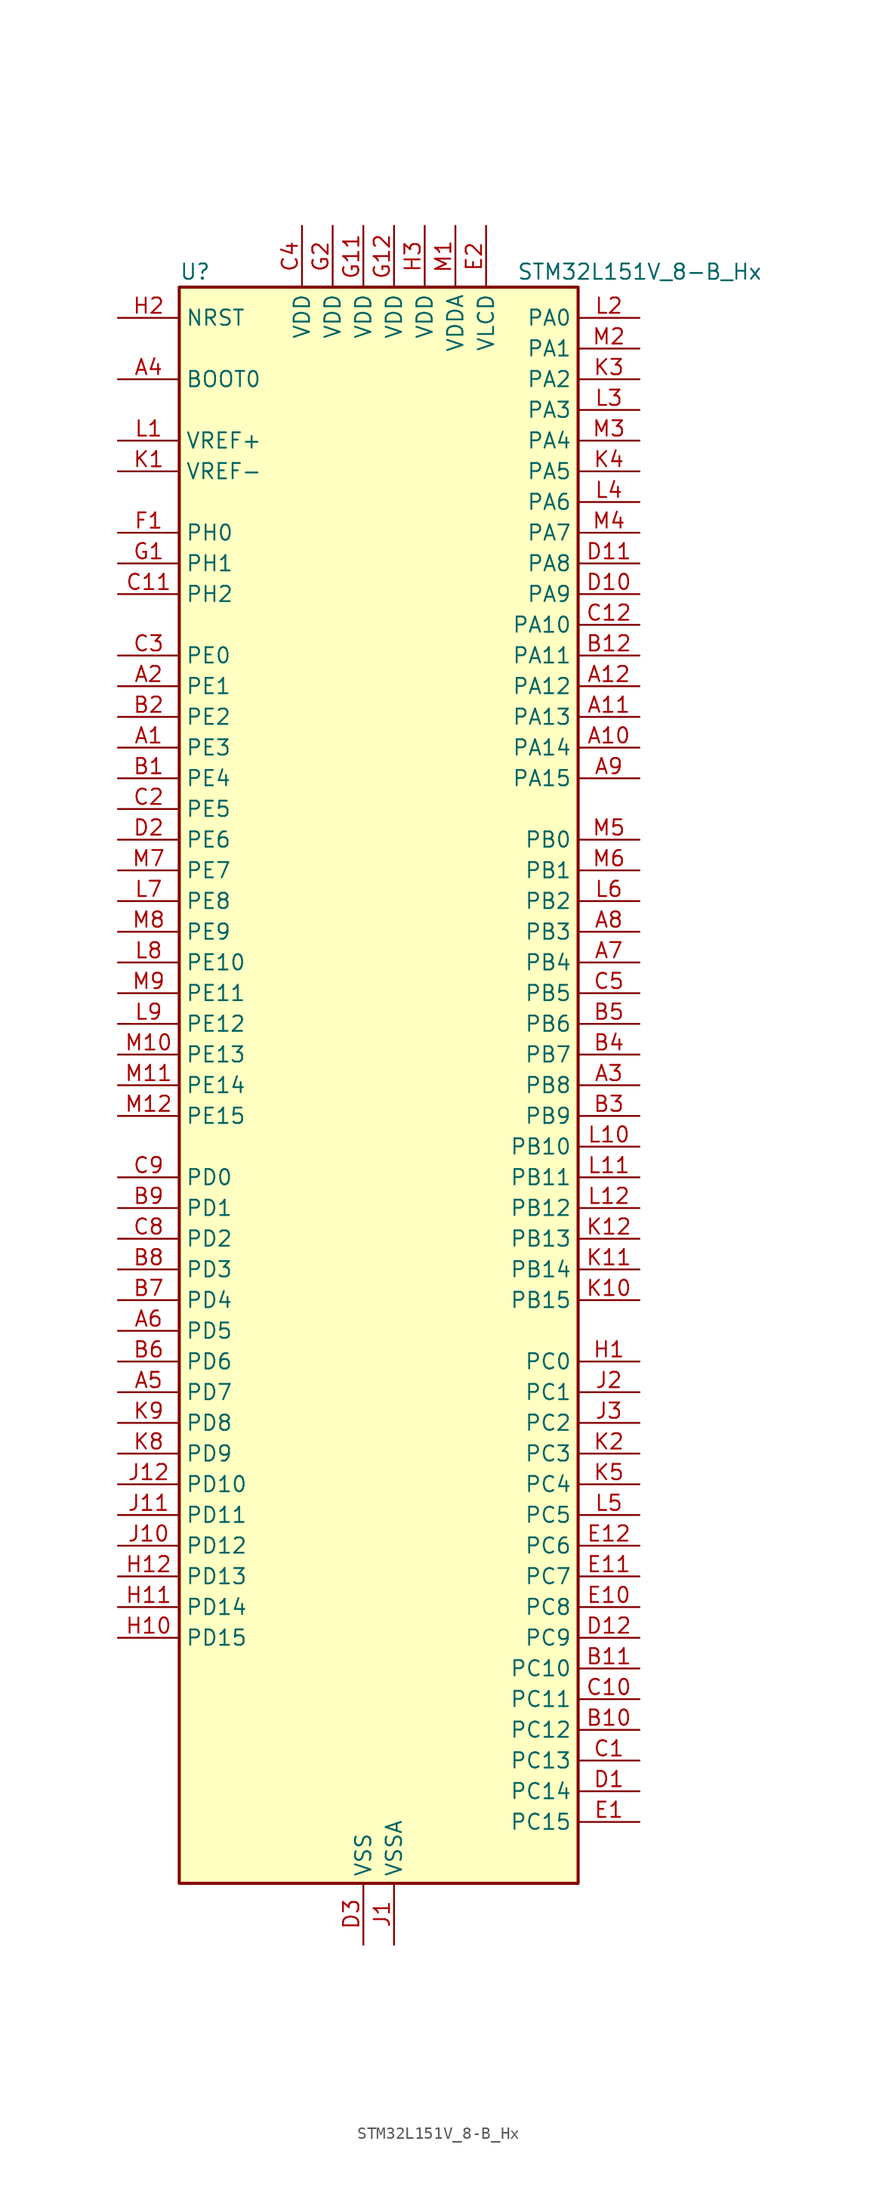
<source format=kicad_sym>
(kicad_symbol_lib
  (version 20220914)
  (generator kicad_symbol_editor)
  (symbol "STM32L151V_8-B_Hx"
    (property "Reference" "U"
      (at -15.24 67.31 0)
      (effects (font (size 1.27 1.27)) (justify left)))
    (property "Value" "STM32L151V_8-B_Hx"
      (at 12.7 67.31 0)
      (effects (font (size 1.27 1.27)) (justify left)))
    (property "ki_locked" ""
      (at 0 0 0)
      (effects (font (size 1.27 1.27))))
    (symbol "STM32L151V_8-B_Hx_0_1"
      (rectangle (start -15.24 -66.04) (end 17.78 66.04) (stroke (width 0.254) (type default)) (fill (type background))))
    (symbol "STM32L151V_8-B_Hx_1_1"
      (pin bidirectional line (at -20.32 27.94 0) (length 5.08) (name "PE3" (effects (font (size 1.27 1.27)))) (number "A1" (effects (font (size 1.27 1.27)))) (alternate "SYS_TRACED0" bidirectional line) (alternate "TIM3_CH1" bidirectional line) (alternate "TIMX_IC4" bidirectional line))
      (pin bidirectional line (at 22.86 27.94 180) (length 5.08) (name "PA14" (effects (font (size 1.27 1.27)))) (number "A10" (effects (font (size 1.27 1.27)))) (alternate "SYS_JTCK-SWCLK" bidirectional line) (alternate "TIMX_IC3" bidirectional line) (alternate "TS_G5_IO2" bidirectional line))
      (pin bidirectional line (at 22.86 30.48 180) (length 5.08) (name "PA13" (effects (font (size 1.27 1.27)))) (number "A11" (effects (font (size 1.27 1.27)))) (alternate "SYS_JTMS-SWDIO" bidirectional line) (alternate "TIMX_IC2" bidirectional line) (alternate "TS_G5_IO1" bidirectional line))
      (pin bidirectional line (at 22.86 33.02 180) (length 5.08) (name "PA12" (effects (font (size 1.27 1.27)))) (number "A12" (effects (font (size 1.27 1.27)))) (alternate "SPI1_MOSI" bidirectional line) (alternate "TIMX_IC1" bidirectional line) (alternate "USART1_RTS" bidirectional line) (alternate "USB_DP" bidirectional line))
      (pin bidirectional line (at -20.32 33.02 0) (length 5.08) (name "PE1" (effects (font (size 1.27 1.27)))) (number "A2" (effects (font (size 1.27 1.27)))) (alternate "TIM11_CH1" bidirectional line) (alternate "TIMX_IC2" bidirectional line))
      (pin bidirectional line (at 22.86 0 180) (length 5.08) (name "PB8" (effects (font (size 1.27 1.27)))) (number "A3" (effects (font (size 1.27 1.27)))) (alternate "I2C1_SCL" bidirectional line) (alternate "TIM10_CH1" bidirectional line) (alternate "TIM4_CH3" bidirectional line))
      (pin input line (at -20.32 58.42 0) (length 5.08) (name "BOOT0" (effects (font (size 1.27 1.27)))) (number "A4" (effects (font (size 1.27 1.27)))))
      (pin bidirectional line (at -20.32 -25.4 0) (length 5.08) (name "PD7" (effects (font (size 1.27 1.27)))) (number "A5" (effects (font (size 1.27 1.27)))) (alternate "TIM9_CH2" bidirectional line) (alternate "TIMX_IC4" bidirectional line) (alternate "USART2_CK" bidirectional line))
      (pin bidirectional line (at -20.32 -20.32 0) (length 5.08) (name "PD5" (effects (font (size 1.27 1.27)))) (number "A6" (effects (font (size 1.27 1.27)))) (alternate "TIMX_IC2" bidirectional line) (alternate "USART2_TX" bidirectional line))
      (pin bidirectional line (at 22.86 10.16 180) (length 5.08) (name "PB4" (effects (font (size 1.27 1.27)))) (number "A7" (effects (font (size 1.27 1.27)))) (alternate "COMP2_INP" bidirectional line) (alternate "SPI1_MISO" bidirectional line) (alternate "SYS_JTRST" bidirectional line) (alternate "TIM3_CH1" bidirectional line) (alternate "TS_G6_IO1" bidirectional line))
      (pin bidirectional line (at 22.86 12.7 180) (length 5.08) (name "PB3" (effects (font (size 1.27 1.27)))) (number "A8" (effects (font (size 1.27 1.27)))) (alternate "COMP2_INM" bidirectional line) (alternate "SPI1_SCK" bidirectional line) (alternate "SYS_JTDO-TRACESWO" bidirectional line) (alternate "TIM2_CH2" bidirectional line))
      (pin bidirectional line (at 22.86 25.4 180) (length 5.08) (name "PA15" (effects (font (size 1.27 1.27)))) (number "A9" (effects (font (size 1.27 1.27)))) (alternate "ADC_EXTI15" bidirectional line) (alternate "SPI1_NSS" bidirectional line) (alternate "SYS_JTDI" bidirectional line) (alternate "TIM2_CH1" bidirectional line) (alternate "TIM2_ETR" bidirectional line) (alternate "TIMX_IC4" bidirectional line) (alternate "TS_G5_IO3" bidirectional line))
      (pin bidirectional line (at -20.32 25.4 0) (length 5.08) (name "PE4" (effects (font (size 1.27 1.27)))) (number "B1" (effects (font (size 1.27 1.27)))) (alternate "SYS_TRACED1" bidirectional line) (alternate "TIM3_CH2" bidirectional line) (alternate "TIMX_IC1" bidirectional line))
      (pin bidirectional line (at 22.86 -53.34 180) (length 5.08) (name "PC12" (effects (font (size 1.27 1.27)))) (number "B10" (effects (font (size 1.27 1.27)))) (alternate "TIMX_IC1" bidirectional line) (alternate "USART3_CK" bidirectional line))
      (pin bidirectional line (at 22.86 -48.26 180) (length 5.08) (name "PC10" (effects (font (size 1.27 1.27)))) (number "B11" (effects (font (size 1.27 1.27)))) (alternate "TIMX_IC3" bidirectional line) (alternate "USART3_TX" bidirectional line))
      (pin bidirectional line (at 22.86 35.56 180) (length 5.08) (name "PA11" (effects (font (size 1.27 1.27)))) (number "B12" (effects (font (size 1.27 1.27)))) (alternate "ADC_EXTI11" bidirectional line) (alternate "SPI1_MISO" bidirectional line) (alternate "TIMX_IC4" bidirectional line) (alternate "USART1_CTS" bidirectional line) (alternate "USB_DM" bidirectional line))
      (pin bidirectional line (at -20.32 30.48 0) (length 5.08) (name "PE2" (effects (font (size 1.27 1.27)))) (number "B2" (effects (font (size 1.27 1.27)))) (alternate "SYS_TRACECK" bidirectional line) (alternate "TIM3_ETR" bidirectional line) (alternate "TIMX_IC3" bidirectional line))
      (pin bidirectional line (at 22.86 -2.54 180) (length 5.08) (name "PB9" (effects (font (size 1.27 1.27)))) (number "B3" (effects (font (size 1.27 1.27)))) (alternate "DAC_EXTI9" bidirectional line) (alternate "I2C1_SDA" bidirectional line) (alternate "TIM11_CH1" bidirectional line) (alternate "TIM4_CH4" bidirectional line))
      (pin bidirectional line (at 22.86 2.54 180) (length 5.08) (name "PB7" (effects (font (size 1.27 1.27)))) (number "B4" (effects (font (size 1.27 1.27)))) (alternate "I2C1_SDA" bidirectional line) (alternate "SYS_PVD_IN" bidirectional line) (alternate "TIM4_CH2" bidirectional line) (alternate "USART1_RX" bidirectional line))
      (pin bidirectional line (at 22.86 5.08 180) (length 5.08) (name "PB6" (effects (font (size 1.27 1.27)))) (number "B5" (effects (font (size 1.27 1.27)))) (alternate "I2C1_SCL" bidirectional line) (alternate "TIM4_CH1" bidirectional line) (alternate "USART1_TX" bidirectional line))
      (pin bidirectional line (at -20.32 -22.86 0) (length 5.08) (name "PD6" (effects (font (size 1.27 1.27)))) (number "B6" (effects (font (size 1.27 1.27)))) (alternate "TIMX_IC3" bidirectional line) (alternate "USART2_RX" bidirectional line))
      (pin bidirectional line (at -20.32 -17.78 0) (length 5.08) (name "PD4" (effects (font (size 1.27 1.27)))) (number "B7" (effects (font (size 1.27 1.27)))) (alternate "SPI2_MOSI" bidirectional line) (alternate "TIMX_IC1" bidirectional line) (alternate "USART2_RTS" bidirectional line))
      (pin bidirectional line (at -20.32 -15.24 0) (length 5.08) (name "PD3" (effects (font (size 1.27 1.27)))) (number "B8" (effects (font (size 1.27 1.27)))) (alternate "SPI2_MISO" bidirectional line) (alternate "TIMX_IC4" bidirectional line) (alternate "USART2_CTS" bidirectional line))
      (pin bidirectional line (at -20.32 -10.16 0) (length 5.08) (name "PD1" (effects (font (size 1.27 1.27)))) (number "B9" (effects (font (size 1.27 1.27)))) (alternate "SPI2_SCK" bidirectional line) (alternate "TIMX_IC2" bidirectional line))
      (pin bidirectional line (at 22.86 -55.88 180) (length 5.08) (name "PC13" (effects (font (size 1.27 1.27)))) (number "C1" (effects (font (size 1.27 1.27)))) (alternate "RTC_OUT_ALARM" bidirectional line) (alternate "RTC_OUT_CALIB" bidirectional line) (alternate "RTC_TAMP1" bidirectional line) (alternate "RTC_TS" bidirectional line) (alternate "SYS_WKUP2" bidirectional line) (alternate "TIMX_IC2" bidirectional line))
      (pin bidirectional line (at 22.86 -50.8 180) (length 5.08) (name "PC11" (effects (font (size 1.27 1.27)))) (number "C10" (effects (font (size 1.27 1.27)))) (alternate "ADC_EXTI11" bidirectional line) (alternate "TIMX_IC4" bidirectional line) (alternate "USART3_RX" bidirectional line))
      (pin bidirectional line (at -20.32 40.64 0) (length 5.08) (name "PH2" (effects (font (size 1.27 1.27)))) (number "C11" (effects (font (size 1.27 1.27)))))
      (pin bidirectional line (at 22.86 38.1 180) (length 5.08) (name "PA10" (effects (font (size 1.27 1.27)))) (number "C12" (effects (font (size 1.27 1.27)))) (alternate "TIMX_IC3" bidirectional line) (alternate "TS_G4_IO3" bidirectional line) (alternate "USART1_RX" bidirectional line))
      (pin bidirectional line (at -20.32 22.86 0) (length 5.08) (name "PE5" (effects (font (size 1.27 1.27)))) (number "C2" (effects (font (size 1.27 1.27)))) (alternate "SYS_TRACED2" bidirectional line) (alternate "TIM9_CH1" bidirectional line) (alternate "TIMX_IC2" bidirectional line))
      (pin bidirectional line (at -20.32 35.56 0) (length 5.08) (name "PE0" (effects (font (size 1.27 1.27)))) (number "C3" (effects (font (size 1.27 1.27)))) (alternate "TIM10_CH1" bidirectional line) (alternate "TIM4_ETR" bidirectional line) (alternate "TIMX_IC1" bidirectional line))
      (pin power_in line (at -5.08 71.12 270) (length 5.08) (name "VDD" (effects (font (size 1.27 1.27)))) (number "C4" (effects (font (size 1.27 1.27)))))
      (pin bidirectional line (at 22.86 7.62 180) (length 5.08) (name "PB5" (effects (font (size 1.27 1.27)))) (number "C5" (effects (font (size 1.27 1.27)))) (alternate "COMP2_INP" bidirectional line) (alternate "I2C1_SMBA" bidirectional line) (alternate "SPI1_MOSI" bidirectional line) (alternate "TIM3_CH2" bidirectional line) (alternate "TS_G6_IO2" bidirectional line))
      (pin bidirectional line (at -20.32 -12.7 0) (length 5.08) (name "PD2" (effects (font (size 1.27 1.27)))) (number "C8" (effects (font (size 1.27 1.27)))) (alternate "TIM3_ETR" bidirectional line) (alternate "TIMX_IC3" bidirectional line))
      (pin bidirectional line (at -20.32 -7.62 0) (length 5.08) (name "PD0" (effects (font (size 1.27 1.27)))) (number "C9" (effects (font (size 1.27 1.27)))) (alternate "SPI2_NSS" bidirectional line) (alternate "TIM9_CH1" bidirectional line) (alternate "TIMX_IC1" bidirectional line))
      (pin bidirectional line (at 22.86 -58.42 180) (length 5.08) (name "PC14" (effects (font (size 1.27 1.27)))) (number "D1" (effects (font (size 1.27 1.27)))) (alternate "RCC_OSC32_IN" bidirectional line) (alternate "TIMX_IC3" bidirectional line))
      (pin bidirectional line (at 22.86 40.64 180) (length 5.08) (name "PA9" (effects (font (size 1.27 1.27)))) (number "D10" (effects (font (size 1.27 1.27)))) (alternate "DAC_EXTI9" bidirectional line) (alternate "TIMX_IC2" bidirectional line) (alternate "TS_G4_IO2" bidirectional line) (alternate "USART1_TX" bidirectional line))
      (pin bidirectional line (at 22.86 43.18 180) (length 5.08) (name "PA8" (effects (font (size 1.27 1.27)))) (number "D11" (effects (font (size 1.27 1.27)))) (alternate "RCC_MCO" bidirectional line) (alternate "TIMX_IC1" bidirectional line) (alternate "TS_G4_IO1" bidirectional line) (alternate "USART1_CK" bidirectional line))
      (pin bidirectional line (at 22.86 -45.72 180) (length 5.08) (name "PC9" (effects (font (size 1.27 1.27)))) (number "D12" (effects (font (size 1.27 1.27)))) (alternate "DAC_EXTI9" bidirectional line) (alternate "TIM3_CH4" bidirectional line) (alternate "TIMX_IC2" bidirectional line) (alternate "TS_G10_IO4" bidirectional line))
      (pin bidirectional line (at -20.32 20.32 0) (length 5.08) (name "PE6" (effects (font (size 1.27 1.27)))) (number "D2" (effects (font (size 1.27 1.27)))) (alternate "SYS_TRACED3" bidirectional line) (alternate "SYS_WKUP3" bidirectional line) (alternate "TIM9_CH2" bidirectional line) (alternate "TIMX_IC3" bidirectional line))
      (pin power_in line (at 0 -71.12 90) (length 5.08) (name "VSS" (effects (font (size 1.27 1.27)))) (number "D3" (effects (font (size 1.27 1.27)))))
      (pin bidirectional line (at 22.86 -60.96 180) (length 5.08) (name "PC15" (effects (font (size 1.27 1.27)))) (number "E1" (effects (font (size 1.27 1.27)))) (alternate "ADC_EXTI15" bidirectional line) (alternate "RCC_OSC32_OUT" bidirectional line) (alternate "TIMX_IC4" bidirectional line))
      (pin bidirectional line (at 22.86 -43.18 180) (length 5.08) (name "PC8" (effects (font (size 1.27 1.27)))) (number "E10" (effects (font (size 1.27 1.27)))) (alternate "TIM3_CH3" bidirectional line) (alternate "TIMX_IC1" bidirectional line) (alternate "TS_G10_IO3" bidirectional line))
      (pin bidirectional line (at 22.86 -40.64 180) (length 5.08) (name "PC7" (effects (font (size 1.27 1.27)))) (number "E11" (effects (font (size 1.27 1.27)))) (alternate "TIM3_CH2" bidirectional line) (alternate "TIMX_IC4" bidirectional line) (alternate "TS_G10_IO2" bidirectional line))
      (pin bidirectional line (at 22.86 -38.1 180) (length 5.08) (name "PC6" (effects (font (size 1.27 1.27)))) (number "E12" (effects (font (size 1.27 1.27)))) (alternate "TIM3_CH1" bidirectional line) (alternate "TIMX_IC3" bidirectional line) (alternate "TS_G10_IO1" bidirectional line))
      (pin power_in line (at 10.16 71.12 270) (length 5.08) (name "VLCD" (effects (font (size 1.27 1.27)))) (number "E2" (effects (font (size 1.27 1.27)))))
      (pin passive line (at 0 -71.12 90) (length 5.08) hide (name "VSS" (effects (font (size 1.27 1.27)))) (number "E3" (effects (font (size 1.27 1.27)))))
      (pin bidirectional line (at -20.32 45.72 0) (length 5.08) (name "PH0" (effects (font (size 1.27 1.27)))) (number "F1" (effects (font (size 1.27 1.27)))) (alternate "RCC_OSC_IN" bidirectional line))
      (pin passive line (at 0 -71.12 90) (length 5.08) hide (name "VSS" (effects (font (size 1.27 1.27)))) (number "F11" (effects (font (size 1.27 1.27)))))
      (pin passive line (at 0 -71.12 90) (length 5.08) hide (name "VSS" (effects (font (size 1.27 1.27)))) (number "F12" (effects (font (size 1.27 1.27)))))
      (pin passive line (at 0 -71.12 90) (length 5.08) hide (name "VSS" (effects (font (size 1.27 1.27)))) (number "F2" (effects (font (size 1.27 1.27)))))
      (pin bidirectional line (at -20.32 43.18 0) (length 5.08) (name "PH1" (effects (font (size 1.27 1.27)))) (number "G1" (effects (font (size 1.27 1.27)))) (alternate "RCC_OSC_OUT" bidirectional line))
      (pin power_in line (at 0 71.12 270) (length 5.08) (name "VDD" (effects (font (size 1.27 1.27)))) (number "G11" (effects (font (size 1.27 1.27)))))
      (pin power_in line (at 2.54 71.12 270) (length 5.08) (name "VDD" (effects (font (size 1.27 1.27)))) (number "G12" (effects (font (size 1.27 1.27)))))
      (pin power_in line (at -2.54 71.12 270) (length 5.08) (name "VDD" (effects (font (size 1.27 1.27)))) (number "G2" (effects (font (size 1.27 1.27)))))
      (pin bidirectional line (at 22.86 -22.86 180) (length 5.08) (name "PC0" (effects (font (size 1.27 1.27)))) (number "H1" (effects (font (size 1.27 1.27)))) (alternate "ADC_IN10" bidirectional line) (alternate "COMP1_INP" bidirectional line) (alternate "TIMX_IC1" bidirectional line) (alternate "TS_G8_IO1" bidirectional line))
      (pin bidirectional line (at -20.32 -45.72 0) (length 5.08) (name "PD15" (effects (font (size 1.27 1.27)))) (number "H10" (effects (font (size 1.27 1.27)))) (alternate "ADC_EXTI15" bidirectional line) (alternate "TIM4_CH4" bidirectional line) (alternate "TIMX_IC4" bidirectional line))
      (pin bidirectional line (at -20.32 -43.18 0) (length 5.08) (name "PD14" (effects (font (size 1.27 1.27)))) (number "H11" (effects (font (size 1.27 1.27)))) (alternate "TIM4_CH3" bidirectional line) (alternate "TIMX_IC3" bidirectional line))
      (pin bidirectional line (at -20.32 -40.64 0) (length 5.08) (name "PD13" (effects (font (size 1.27 1.27)))) (number "H12" (effects (font (size 1.27 1.27)))) (alternate "TIM4_CH2" bidirectional line) (alternate "TIMX_IC2" bidirectional line))
      (pin input line (at -20.32 63.5 0) (length 5.08) (name "NRST" (effects (font (size 1.27 1.27)))) (number "H2" (effects (font (size 1.27 1.27)))))
      (pin power_in line (at 5.08 71.12 270) (length 5.08) (name "VDD" (effects (font (size 1.27 1.27)))) (number "H3" (effects (font (size 1.27 1.27)))))
      (pin power_in line (at 2.54 -71.12 90) (length 5.08) (name "VSSA" (effects (font (size 1.27 1.27)))) (number "J1" (effects (font (size 1.27 1.27)))))
      (pin bidirectional line (at -20.32 -38.1 0) (length 5.08) (name "PD12" (effects (font (size 1.27 1.27)))) (number "J10" (effects (font (size 1.27 1.27)))) (alternate "TIM4_CH1" bidirectional line) (alternate "TIMX_IC1" bidirectional line) (alternate "USART3_RTS" bidirectional line))
      (pin bidirectional line (at -20.32 -35.56 0) (length 5.08) (name "PD11" (effects (font (size 1.27 1.27)))) (number "J11" (effects (font (size 1.27 1.27)))) (alternate "ADC_EXTI11" bidirectional line) (alternate "TIMX_IC4" bidirectional line) (alternate "USART3_CTS" bidirectional line))
      (pin bidirectional line (at -20.32 -33.02 0) (length 5.08) (name "PD10" (effects (font (size 1.27 1.27)))) (number "J12" (effects (font (size 1.27 1.27)))) (alternate "TIMX_IC3" bidirectional line) (alternate "USART3_CK" bidirectional line))
      (pin bidirectional line (at 22.86 -25.4 180) (length 5.08) (name "PC1" (effects (font (size 1.27 1.27)))) (number "J2" (effects (font (size 1.27 1.27)))) (alternate "ADC_IN11" bidirectional line) (alternate "COMP1_INP" bidirectional line) (alternate "TIMX_IC2" bidirectional line) (alternate "TS_G8_IO2" bidirectional line))
      (pin bidirectional line (at 22.86 -27.94 180) (length 5.08) (name "PC2" (effects (font (size 1.27 1.27)))) (number "J3" (effects (font (size 1.27 1.27)))) (alternate "ADC_IN12" bidirectional line) (alternate "COMP1_INP" bidirectional line) (alternate "TIMX_IC3" bidirectional line) (alternate "TS_G8_IO3" bidirectional line))
      (pin input line (at -20.32 50.8 0) (length 5.08) (name "VREF-" (effects (font (size 1.27 1.27)))) (number "K1" (effects (font (size 1.27 1.27)))))
      (pin bidirectional line (at 22.86 -17.78 180) (length 5.08) (name "PB15" (effects (font (size 1.27 1.27)))) (number "K10" (effects (font (size 1.27 1.27)))) (alternate "ADC_EXTI15" bidirectional line) (alternate "ADC_IN21" bidirectional line) (alternate "COMP1_INP" bidirectional line) (alternate "RTC_REFIN" bidirectional line) (alternate "SPI2_MOSI" bidirectional line) (alternate "TIM11_CH1" bidirectional line) (alternate "TS_G7_IO4" bidirectional line))
      (pin bidirectional line (at 22.86 -15.24 180) (length 5.08) (name "PB14" (effects (font (size 1.27 1.27)))) (number "K11" (effects (font (size 1.27 1.27)))) (alternate "ADC_IN20" bidirectional line) (alternate "COMP1_INP" bidirectional line) (alternate "SPI2_MISO" bidirectional line) (alternate "TIM9_CH2" bidirectional line) (alternate "TS_G7_IO3" bidirectional line) (alternate "USART3_RTS" bidirectional line))
      (pin bidirectional line (at 22.86 -12.7 180) (length 5.08) (name "PB13" (effects (font (size 1.27 1.27)))) (number "K12" (effects (font (size 1.27 1.27)))) (alternate "ADC_IN19" bidirectional line) (alternate "COMP1_INP" bidirectional line) (alternate "SPI2_SCK" bidirectional line) (alternate "TIM9_CH1" bidirectional line) (alternate "TS_G7_IO2" bidirectional line) (alternate "USART3_CTS" bidirectional line))
      (pin bidirectional line (at 22.86 -30.48 180) (length 5.08) (name "PC3" (effects (font (size 1.27 1.27)))) (number "K2" (effects (font (size 1.27 1.27)))) (alternate "ADC_IN13" bidirectional line) (alternate "COMP1_INP" bidirectional line) (alternate "TIMX_IC4" bidirectional line) (alternate "TS_G8_IO4" bidirectional line))
      (pin bidirectional line (at 22.86 58.42 180) (length 5.08) (name "PA2" (effects (font (size 1.27 1.27)))) (number "K3" (effects (font (size 1.27 1.27)))) (alternate "ADC_IN2" bidirectional line) (alternate "COMP1_INP" bidirectional line) (alternate "TIM2_CH3" bidirectional line) (alternate "TIM9_CH1" bidirectional line) (alternate "TIMX_IC3" bidirectional line) (alternate "TS_G1_IO3" bidirectional line) (alternate "USART2_TX" bidirectional line))
      (pin bidirectional line (at 22.86 50.8 180) (length 5.08) (name "PA5" (effects (font (size 1.27 1.27)))) (number "K4" (effects (font (size 1.27 1.27)))) (alternate "ADC_IN5" bidirectional line) (alternate "COMP1_INP" bidirectional line) (alternate "DAC_OUT2" bidirectional line) (alternate "SPI1_SCK" bidirectional line) (alternate "TIM2_CH1" bidirectional line) (alternate "TIM2_ETR" bidirectional line) (alternate "TIMX_IC2" bidirectional line))
      (pin bidirectional line (at 22.86 -33.02 180) (length 5.08) (name "PC4" (effects (font (size 1.27 1.27)))) (number "K5" (effects (font (size 1.27 1.27)))) (alternate "ADC_IN14" bidirectional line) (alternate "COMP1_INP" bidirectional line) (alternate "TIMX_IC1" bidirectional line) (alternate "TS_G9_IO1" bidirectional line))
      (pin bidirectional line (at -20.32 -30.48 0) (length 5.08) (name "PD9" (effects (font (size 1.27 1.27)))) (number "K8" (effects (font (size 1.27 1.27)))) (alternate "DAC_EXTI9" bidirectional line) (alternate "TIMX_IC2" bidirectional line) (alternate "USART3_RX" bidirectional line))
      (pin bidirectional line (at -20.32 -27.94 0) (length 5.08) (name "PD8" (effects (font (size 1.27 1.27)))) (number "K9" (effects (font (size 1.27 1.27)))) (alternate "TIMX_IC1" bidirectional line) (alternate "USART3_TX" bidirectional line))
      (pin input line (at -20.32 53.34 0) (length 5.08) (name "VREF+" (effects (font (size 1.27 1.27)))) (number "L1" (effects (font (size 1.27 1.27)))))
      (pin bidirectional line (at 22.86 -5.08 180) (length 5.08) (name "PB10" (effects (font (size 1.27 1.27)))) (number "L10" (effects (font (size 1.27 1.27)))) (alternate "I2C2_SCL" bidirectional line) (alternate "TIM2_CH3" bidirectional line) (alternate "USART3_TX" bidirectional line))
      (pin bidirectional line (at 22.86 -7.62 180) (length 5.08) (name "PB11" (effects (font (size 1.27 1.27)))) (number "L11" (effects (font (size 1.27 1.27)))) (alternate "ADC_EXTI11" bidirectional line) (alternate "I2C2_SDA" bidirectional line) (alternate "TIM2_CH4" bidirectional line) (alternate "USART3_RX" bidirectional line))
      (pin bidirectional line (at 22.86 -10.16 180) (length 5.08) (name "PB12" (effects (font (size 1.27 1.27)))) (number "L12" (effects (font (size 1.27 1.27)))) (alternate "ADC_IN18" bidirectional line) (alternate "COMP1_INP" bidirectional line) (alternate "I2C2_SMBA" bidirectional line) (alternate "SPI2_NSS" bidirectional line) (alternate "TIM10_CH1" bidirectional line) (alternate "TS_G7_IO1" bidirectional line) (alternate "USART3_CK" bidirectional line))
      (pin bidirectional line (at 22.86 63.5 180) (length 5.08) (name "PA0" (effects (font (size 1.27 1.27)))) (number "L2" (effects (font (size 1.27 1.27)))) (alternate "ADC_IN0" bidirectional line) (alternate "COMP1_INP" bidirectional line) (alternate "SYS_WKUP1" bidirectional line) (alternate "TIM2_CH1" bidirectional line) (alternate "TIM2_ETR" bidirectional line) (alternate "TIMX_IC1" bidirectional line) (alternate "TS_G1_IO1" bidirectional line) (alternate "USART2_CTS" bidirectional line))
      (pin bidirectional line (at 22.86 55.88 180) (length 5.08) (name "PA3" (effects (font (size 1.27 1.27)))) (number "L3" (effects (font (size 1.27 1.27)))) (alternate "ADC_IN3" bidirectional line) (alternate "COMP1_INP" bidirectional line) (alternate "TIM2_CH4" bidirectional line) (alternate "TIM9_CH2" bidirectional line) (alternate "TIMX_IC4" bidirectional line) (alternate "TS_G1_IO4" bidirectional line) (alternate "USART2_RX" bidirectional line))
      (pin bidirectional line (at 22.86 48.26 180) (length 5.08) (name "PA6" (effects (font (size 1.27 1.27)))) (number "L4" (effects (font (size 1.27 1.27)))) (alternate "ADC_IN6" bidirectional line) (alternate "COMP1_INP" bidirectional line) (alternate "SPI1_MISO" bidirectional line) (alternate "TIM10_CH1" bidirectional line) (alternate "TIM3_CH1" bidirectional line) (alternate "TIMX_IC3" bidirectional line) (alternate "TS_G2_IO1" bidirectional line))
      (pin bidirectional line (at 22.86 -35.56 180) (length 5.08) (name "PC5" (effects (font (size 1.27 1.27)))) (number "L5" (effects (font (size 1.27 1.27)))) (alternate "ADC_IN15" bidirectional line) (alternate "COMP1_INP" bidirectional line) (alternate "TIMX_IC2" bidirectional line) (alternate "TS_G9_IO2" bidirectional line))
      (pin bidirectional line (at 22.86 15.24 180) (length 5.08) (name "PB2" (effects (font (size 1.27 1.27)))) (number "L6" (effects (font (size 1.27 1.27)))))
      (pin bidirectional line (at -20.32 15.24 0) (length 5.08) (name "PE8" (effects (font (size 1.27 1.27)))) (number "L7" (effects (font (size 1.27 1.27)))) (alternate "ADC_IN23" bidirectional line) (alternate "COMP1_INP" bidirectional line) (alternate "TIMX_IC1" bidirectional line))
      (pin bidirectional line (at -20.32 10.16 0) (length 5.08) (name "PE10" (effects (font (size 1.27 1.27)))) (number "L8" (effects (font (size 1.27 1.27)))) (alternate "ADC_IN25" bidirectional line) (alternate "COMP1_INP" bidirectional line) (alternate "TIM2_CH2" bidirectional line) (alternate "TIMX_IC3" bidirectional line))
      (pin bidirectional line (at -20.32 5.08 0) (length 5.08) (name "PE12" (effects (font (size 1.27 1.27)))) (number "L9" (effects (font (size 1.27 1.27)))) (alternate "SPI1_NSS" bidirectional line) (alternate "TIM2_CH4" bidirectional line) (alternate "TIMX_IC1" bidirectional line))
      (pin power_in line (at 7.62 71.12 270) (length 5.08) (name "VDDA" (effects (font (size 1.27 1.27)))) (number "M1" (effects (font (size 1.27 1.27)))))
      (pin bidirectional line (at -20.32 2.54 0) (length 5.08) (name "PE13" (effects (font (size 1.27 1.27)))) (number "M10" (effects (font (size 1.27 1.27)))) (alternate "SPI1_SCK" bidirectional line) (alternate "TIMX_IC2" bidirectional line))
      (pin bidirectional line (at -20.32 0 0) (length 5.08) (name "PE14" (effects (font (size 1.27 1.27)))) (number "M11" (effects (font (size 1.27 1.27)))) (alternate "SPI1_MISO" bidirectional line) (alternate "TIMX_IC3" bidirectional line))
      (pin bidirectional line (at -20.32 -2.54 0) (length 5.08) (name "PE15" (effects (font (size 1.27 1.27)))) (number "M12" (effects (font (size 1.27 1.27)))) (alternate "ADC_EXTI15" bidirectional line) (alternate "SPI1_MOSI" bidirectional line) (alternate "TIMX_IC4" bidirectional line))
      (pin bidirectional line (at 22.86 60.96 180) (length 5.08) (name "PA1" (effects (font (size 1.27 1.27)))) (number "M2" (effects (font (size 1.27 1.27)))) (alternate "ADC_IN1" bidirectional line) (alternate "COMP1_INP" bidirectional line) (alternate "TIM2_CH2" bidirectional line) (alternate "TIMX_IC2" bidirectional line) (alternate "TS_G1_IO2" bidirectional line) (alternate "USART2_RTS" bidirectional line))
      (pin bidirectional line (at 22.86 53.34 180) (length 5.08) (name "PA4" (effects (font (size 1.27 1.27)))) (number "M3" (effects (font (size 1.27 1.27)))) (alternate "ADC_IN4" bidirectional line) (alternate "COMP1_INP" bidirectional line) (alternate "DAC_OUT1" bidirectional line) (alternate "SPI1_NSS" bidirectional line) (alternate "TIMX_IC1" bidirectional line) (alternate "USART2_CK" bidirectional line))
      (pin bidirectional line (at 22.86 45.72 180) (length 5.08) (name "PA7" (effects (font (size 1.27 1.27)))) (number "M4" (effects (font (size 1.27 1.27)))) (alternate "ADC_IN7" bidirectional line) (alternate "COMP1_INP" bidirectional line) (alternate "SPI1_MOSI" bidirectional line) (alternate "TIM11_CH1" bidirectional line) (alternate "TIM3_CH2" bidirectional line) (alternate "TIMX_IC4" bidirectional line) (alternate "TS_G2_IO2" bidirectional line))
      (pin bidirectional line (at 22.86 20.32 180) (length 5.08) (name "PB0" (effects (font (size 1.27 1.27)))) (number "M5" (effects (font (size 1.27 1.27)))) (alternate "ADC_IN8" bidirectional line) (alternate "COMP1_INP" bidirectional line) (alternate "SYS_V_REF_OUT" bidirectional line) (alternate "TIM3_CH3" bidirectional line) (alternate "TS_G3_IO1" bidirectional line))
      (pin bidirectional line (at 22.86 17.78 180) (length 5.08) (name "PB1" (effects (font (size 1.27 1.27)))) (number "M6" (effects (font (size 1.27 1.27)))) (alternate "ADC_IN9" bidirectional line) (alternate "COMP1_INP" bidirectional line) (alternate "SYS_V_REF_OUT" bidirectional line) (alternate "TIM3_CH4" bidirectional line) (alternate "TS_G3_IO2" bidirectional line))
      (pin bidirectional line (at -20.32 17.78 0) (length 5.08) (name "PE7" (effects (font (size 1.27 1.27)))) (number "M7" (effects (font (size 1.27 1.27)))) (alternate "ADC_IN22" bidirectional line) (alternate "COMP1_INP" bidirectional line) (alternate "TIMX_IC4" bidirectional line))
      (pin bidirectional line (at -20.32 12.7 0) (length 5.08) (name "PE9" (effects (font (size 1.27 1.27)))) (number "M8" (effects (font (size 1.27 1.27)))) (alternate "ADC_IN24" bidirectional line) (alternate "COMP1_INP" bidirectional line) (alternate "DAC_EXTI9" bidirectional line) (alternate "TIM2_CH1" bidirectional line) (alternate "TIM2_ETR" bidirectional line) (alternate "TIMX_IC2" bidirectional line))
      (pin bidirectional line (at -20.32 7.62 0) (length 5.08) (name "PE11" (effects (font (size 1.27 1.27)))) (number "M9" (effects (font (size 1.27 1.27)))) (alternate "ADC_EXTI11" bidirectional line) (alternate "TIM2_CH3" bidirectional line) (alternate "TIMX_IC4" bidirectional line)))))
</source>
